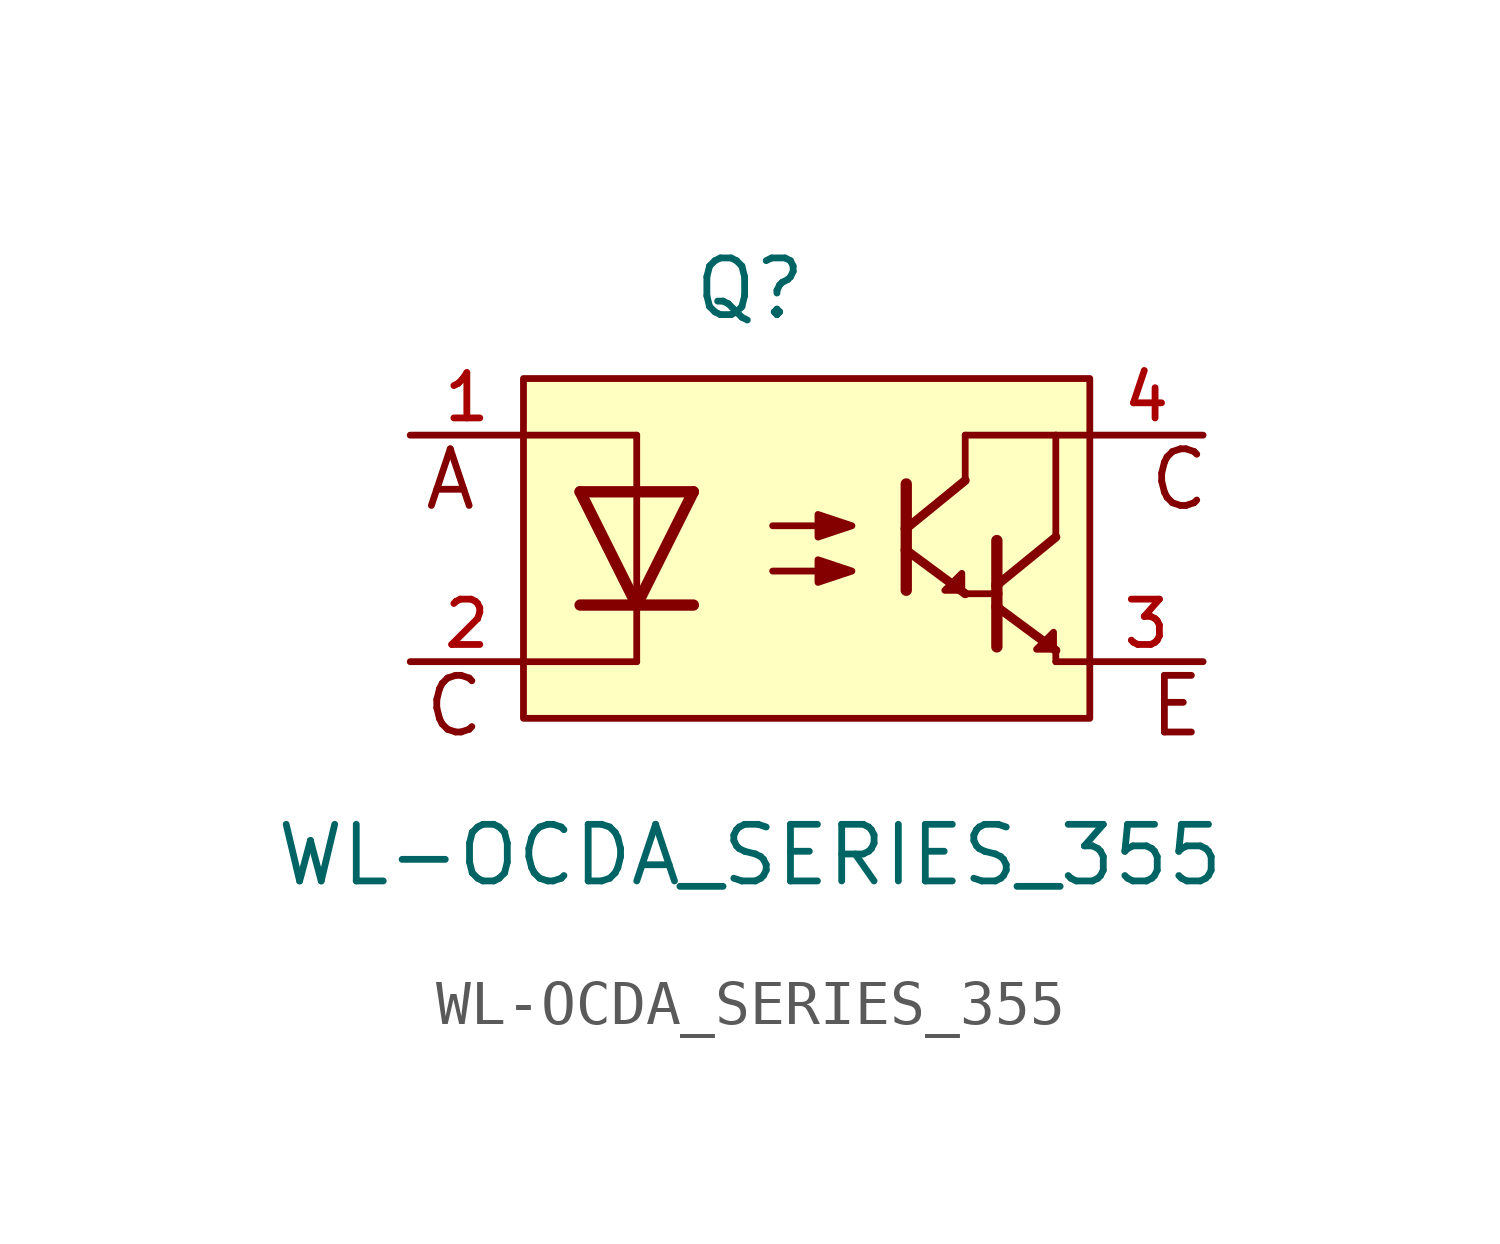
<source format=kicad_sym>
(kicad_symbol_lib
  (version 20211014)
  (generator kicad_symbol_editor)
  (symbol "WL-OCDA_SERIES_355"
    (pin_names
      (offset 1.016))
    (property "Reference" "Q"
      (at 0.0 5.08 0)
      (effects (font (size 1.27 1.27)) (justify bottom)))
    (property "Value" "WL-OCDA_SERIES_355"
      (at 0.0 -7.62 0)
      (effects (font (size 1.27 1.27)) (justify bottom)))
    (symbol "WL-OCDA_SERIES_355_0_0"
      (polyline (pts (xy -1.27 1.27) (xy -2.54 -1.27)) (stroke (width 0.254)))
      (polyline (pts (xy -2.54 -1.27) (xy -3.81 1.27)) (stroke (width 0.254)))
      (polyline (pts (xy -1.27 -1.27) (xy -2.54 -1.27)) (stroke (width 0.254)))
      (polyline (pts (xy -2.54 -1.27) (xy -3.81 -1.27)) (stroke (width 0.254)))
      (polyline (pts (xy -1.27 1.27) (xy -2.54 1.27)) (stroke (width 0.254)))
      (polyline (pts (xy -2.54 1.27) (xy -3.81 1.27)) (stroke (width 0.254)))
      (polyline (pts (xy -2.54 1.27) (xy -2.54 -1.27)) (stroke (width 0.152)))
      (polyline (pts (xy 0.508 0.508) (xy 1.778 0.508)) (stroke (width 0.152)))
      (polyline (pts (xy 0.508 -0.508) (xy 1.778 -0.508)) (stroke (width 0.152)))
      (polyline (pts (xy -2.54 1.27) (xy -2.54 2.54)) (stroke (width 0.152)))
      (polyline (pts (xy -2.54 -1.27) (xy -2.54 -2.54)) (stroke (width 0.152)))
      (polyline (pts (xy -2.54 2.54) (xy -5.08 2.54)) (stroke (width 0.152)))
      (polyline (pts (xy -2.54 -2.54) (xy -5.08 -2.54)) (stroke (width 0.152)))
      (polyline (pts (xy 7.62 2.54) (xy 6.858 2.54)) (stroke (width 0.152)))
      (polyline (pts (xy 6.858 2.54) (xy 6.858 0.254)) (stroke (width 0.152)))
      (polyline (pts (xy 6.858 -2.286) (xy 6.858 -2.54)) (stroke (width 0.152)))
      (polyline (pts (xy 6.858 -2.54) (xy 7.62 -2.54)) (stroke (width 0.152)))
      (polyline (pts (xy 5.536 0.176) (xy 5.536 -0.824)) (stroke (width 0.254)))
      (polyline (pts (xy 5.536 -0.824) (xy 5.536 -1.308)) (stroke (width 0.254)))
      (polyline (pts (xy 5.536 -1.308) (xy 5.536 -2.208)) (stroke (width 0.254)))
      (polyline (pts (xy 5.536 -0.824) (xy 6.858 0.254)) (stroke (width 0.2)))
      (polyline (pts (xy 5.536 -1.308) (xy 6.858 -2.286)) (stroke (width 0.2)))
      (polyline (pts (xy 3.504 1.446) (xy 3.504 0.446)) (stroke (width 0.254)))
      (polyline (pts (xy 3.504 0.446) (xy 3.504 -0.038)) (stroke (width 0.254)))
      (polyline (pts (xy 3.504 -0.038) (xy 3.504 -0.938)) (stroke (width 0.254)))
      (polyline (pts (xy 3.504 0.446) (xy 4.826 1.524)) (stroke (width 0.2)))
      (polyline (pts (xy 3.504 -0.038) (xy 4.826 -1.016)) (stroke (width 0.2)))
      (polyline (pts (xy 4.826 -1.016) (xy 5.588 -1.016)) (stroke (width 0.152)))
      (polyline (pts (xy 4.826 1.524) (xy 4.826 2.54)) (stroke (width 0.152)))
      (polyline (pts (xy 4.826 2.54) (xy 6.858 2.54)) (stroke (width 0.152)))
      (polyline (pts (xy 1.524 0.762) (xy 2.286 0.508) (xy 1.524 0.254) (xy 1.524 0.762)) (stroke (width 0.152)) (fill (type outline)))
      (polyline (pts (xy 1.524 -0.254) (xy 2.286 -0.508) (xy 1.524 -0.762) (xy 1.524 -0.254)) (stroke (width 0.152)) (fill (type outline)))
      (polyline (pts (xy 4.75 -0.94) (xy 4.369 -0.94) (xy 4.75 -0.559) (xy 4.75 -0.94)) (stroke (width 0.152)) (fill (type outline)))
      (polyline (pts (xy 6.807 -1.88) (xy 6.426 -2.261) (xy 6.807 -2.261) (xy 6.807 -1.88)) (stroke (width 0.152)) (fill (type outline)))
      (text "C" (at -7.366 -2.794 0) (effects (font (size 1.27 1.27)) (justify top left)))
      (text "E" (at 8.89 -2.794 0) (effects (font (size 1.27 1.27)) (justify top left)))
      (text "A" (at -7.366 2.286 0) (effects (font (size 1.27 1.27)) (justify top left)))
      (text "C" (at 8.89 2.286 0) (effects (font (size 1.27 1.27)) (justify top left)))
      (rectangle (start -5.08 -3.81) (end 7.62 3.81) (stroke (width 0.152)) (fill (type background)))
      (pin passive line (at -7.62 2.54 0) (length 2.54) (name "~" (effects (font (size 1.016 1.016)))) (number "1" (effects (font (size 1.016 1.016)))))
      (pin passive line (at -7.62 -2.54 0) (length 2.54) (name "~" (effects (font (size 1.016 1.016)))) (number "2" (effects (font (size 1.016 1.016)))))
      (pin passive line (at 10.16 -2.54 180.0) (length 2.54) (name "~" (effects (font (size 1.016 1.016)))) (number "3" (effects (font (size 1.016 1.016)))))
      (pin passive line (at 10.16 2.54 180.0) (length 2.54) (name "~" (effects (font (size 1.016 1.016)))) (number "4" (effects (font (size 1.016 1.016))))))))
</source>
